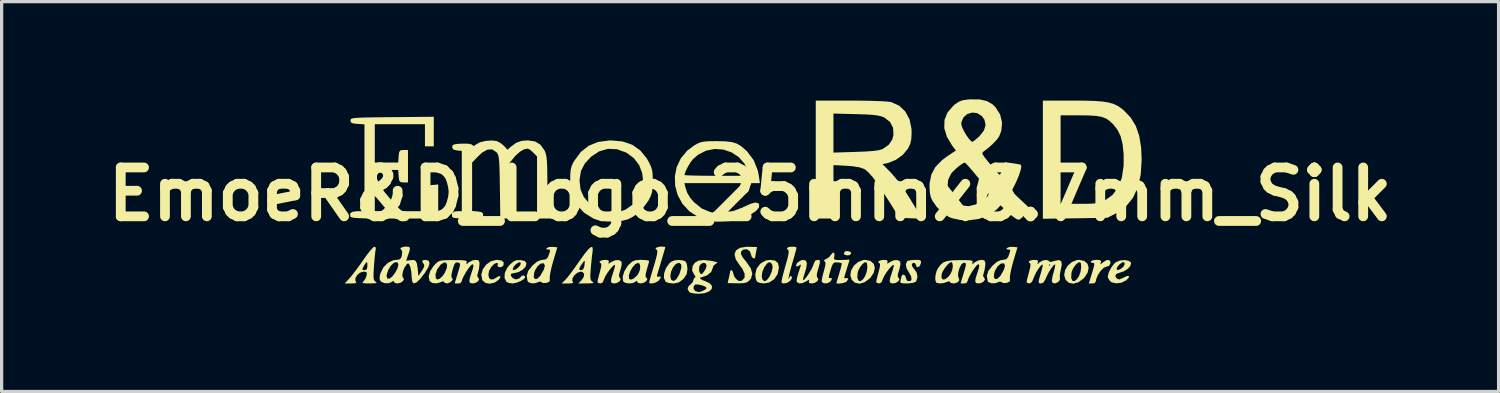
<source format=kicad_pcb>
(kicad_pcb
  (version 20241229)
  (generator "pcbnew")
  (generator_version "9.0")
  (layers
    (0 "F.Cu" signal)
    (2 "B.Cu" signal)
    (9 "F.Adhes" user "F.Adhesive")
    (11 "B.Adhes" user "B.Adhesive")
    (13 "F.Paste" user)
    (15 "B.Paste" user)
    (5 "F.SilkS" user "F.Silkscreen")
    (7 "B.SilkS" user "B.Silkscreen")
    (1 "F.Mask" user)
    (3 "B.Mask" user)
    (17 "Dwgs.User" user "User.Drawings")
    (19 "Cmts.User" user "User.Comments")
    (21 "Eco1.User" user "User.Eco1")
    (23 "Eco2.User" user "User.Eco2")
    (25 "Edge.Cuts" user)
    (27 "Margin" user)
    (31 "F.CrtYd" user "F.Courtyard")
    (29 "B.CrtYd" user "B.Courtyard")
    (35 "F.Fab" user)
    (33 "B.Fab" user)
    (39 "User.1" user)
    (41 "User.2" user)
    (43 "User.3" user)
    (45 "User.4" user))
  (footprint "EmoeR&D_Logo_25mmx6.7mm_Silk"
    (layer "F.Cu")
    (at 19.979 2.913)
    (property "Reference" "EmoeR&D_Logo_25mmx6.7mm_Silk" (at 0 0 0) (layer "F.SilkS") (effects (font (size 1.5 1.5) (thickness 0.3))))
    (attr board_only exclude_from_pos_files exclude_from_bom)
    (fp_poly (pts (xy 3.079 1.767) (xy 3.101 1.811) (xy 3.062 1.866) (xy 2.988 1.879) (xy 2.897 1.855) (xy 2.875 1.811) (xy 2.914 1.756) (xy 2.988 1.743)) (stroke (width 0) (type solid)) (fill yes) (layer "F.SilkS"))
    (fp_poly (pts (xy -2.642 1.612) (xy -2.603 1.622) (xy -2.615 1.668) (xy -2.647 1.777) (xy -2.691 1.929) (xy -2.742 2.101) (xy -2.792 2.269) (xy -2.836 2.413) (xy -2.856 2.479) (xy -2.858 2.535) (xy -2.81 2.53) (xy -2.75 2.526) (xy -2.748 2.571) (xy -2.803 2.646) (xy -2.822 2.664) (xy -2.903 2.712) (xy -2.999 2.738) (xy -3.077 2.737) (xy -3.101 2.712) (xy -3.089 2.66) (xy -3.055 2.541) (xy -3.006 2.372) (xy -2.955 2.206) (xy -2.89 1.978) (xy -2.854 1.826) (xy -2.848 1.739) (xy -2.865 1.709) (xy -2.906 1.675) (xy -2.877 1.638) (xy -2.795 1.612) (xy -2.737 1.607)) (stroke (width 0) (type solid)) (fill yes) (layer "F.SilkS"))
    (fp_poly (pts (xy 10.743 2.023) (xy 10.775 2.054) (xy 10.767 2.094) (xy 10.751 2.147) (xy 10.776 2.138) (xy 10.828 2.094) (xy 10.937 2.025) (xy 11.021 2.019) (xy 11.062 2.073) (xy 11.062 2.117) (xy 11.02 2.2) (xy 10.942 2.22) (xy 10.855 2.259) (xy 10.759 2.355) (xy 10.675 2.481) (xy 10.624 2.608) (xy 10.618 2.66) (xy 10.582 2.725) (xy 10.508 2.739) (xy 10.399 2.739) (xy 10.485 2.456) (xy 10.537 2.283) (xy 10.563 2.179) (xy 10.563 2.126) (xy 10.539 2.108) (xy 10.501 2.105) (xy 10.455 2.083) (xy 10.459 2.06) (xy 10.519 2.029) (xy 10.629 2.015) (xy 10.641 2.015)) (stroke (width 0) (type solid)) (fill yes) (layer "F.SilkS"))
    (fp_poly (pts (xy -7.629 2.035) (xy -7.564 2.096) (xy -7.572 2.185) (xy -7.627 2.231) (xy -7.683 2.241) (xy -7.75 2.22) (xy -7.749 2.173) (xy -7.747 2.115) (xy -7.793 2.109) (xy -7.867 2.149) (xy -7.943 2.225) (xy -8.014 2.351) (xy -8.036 2.471) (xy -8.016 2.566) (xy -7.959 2.617) (xy -7.872 2.608) (xy -7.826 2.579) (xy -7.726 2.52) (xy -7.67 2.516) (xy -7.671 2.561) (xy -7.72 2.626) (xy -7.845 2.713) (xy -7.987 2.746) (xy -8.12 2.725) (xy -8.213 2.65) (xy -8.224 2.629) (xy -8.253 2.469) (xy -8.208 2.307) (xy -8.106 2.163) (xy -7.962 2.059) (xy -7.789 2.015) (xy -7.773 2.015)) (stroke (width 0) (type solid)) (fill yes) (layer "F.SilkS"))
    (fp_poly (pts (xy 3.693 2.048) (xy 3.793 2.135) (xy 3.828 2.262) (xy 3.795 2.411) (xy 3.691 2.566) (xy 3.672 2.585) (xy 3.515 2.701) (xy 3.358 2.746) (xy 3.218 2.717) (xy 3.121 2.628) (xy 3.101 2.565) (xy 3.291 2.565) (xy 3.326 2.655) (xy 3.391 2.67) (xy 3.473 2.604) (xy 3.533 2.51) (xy 3.579 2.381) (xy 3.599 2.242) (xy 3.589 2.129) (xy 3.569 2.09) (xy 3.516 2.09) (xy 3.443 2.15) (xy 3.37 2.246) (xy 3.315 2.356) (xy 3.301 2.407) (xy 3.291 2.565) (xy 3.101 2.565) (xy 3.077 2.486) (xy 3.103 2.334) (xy 3.187 2.192) (xy 3.314 2.081) (xy 3.471 2.02) (xy 3.534 2.015)) (stroke (width 0) (type solid)) (fill yes) (layer "F.SilkS"))
    (fp_poly (pts (xy 10.259 2.048) (xy 10.358 2.135) (xy 10.393 2.262) (xy 10.36 2.411) (xy 10.256 2.566) (xy 10.237 2.585) (xy 10.08 2.701) (xy 9.923 2.746) (xy 9.783 2.717) (xy 9.686 2.628) (xy 9.666 2.565) (xy 9.856 2.565) (xy 9.891 2.655) (xy 9.956 2.67) (xy 10.038 2.604) (xy 10.098 2.51) (xy 10.144 2.381) (xy 10.164 2.242) (xy 10.154 2.129) (xy 10.134 2.09) (xy 10.081 2.09) (xy 10.008 2.15) (xy 9.935 2.246) (xy 9.88 2.356) (xy 9.866 2.407) (xy 9.856 2.565) (xy 9.666 2.565) (xy 9.642 2.486) (xy 9.668 2.334) (xy 9.752 2.192) (xy 9.879 2.081) (xy 10.036 2.02) (xy 10.099 2.015)) (stroke (width 0) (type solid)) (fill yes) (layer "F.SilkS"))
    (fp_poly (pts (xy 1.373 1.613) (xy 1.424 1.634) (xy 1.425 1.641) (xy 1.413 1.696) (xy 1.38 1.818) (xy 1.332 1.988) (xy 1.292 2.126) (xy 1.239 2.315) (xy 1.2 2.469) (xy 1.18 2.569) (xy 1.179 2.598) (xy 1.198 2.584) (xy 1.2 2.566) (xy 1.23 2.516) (xy 1.245 2.513) (xy 1.288 2.54) (xy 1.268 2.608) (xy 1.219 2.668) (xy 1.125 2.725) (xy 1.021 2.739) (xy 0.964 2.715) (xy 0.967 2.664) (xy 0.991 2.546) (xy 1.034 2.378) (xy 1.081 2.209) (xy 1.144 1.984) (xy 1.178 1.832) (xy 1.185 1.745) (xy 1.167 1.71) (xy 1.166 1.709) (xy 1.129 1.668) (xy 1.134 1.649) (xy 1.188 1.621) (xy 1.281 1.609)) (stroke (width 0) (type solid)) (fill yes) (layer "F.SilkS"))
    (fp_poly (pts (xy -2.054 2.033) (xy -1.979 2.069) (xy -1.943 2.147) (xy -1.925 2.271) (xy -1.924 2.299) (xy -1.947 2.451) (xy -2.029 2.578) (xy -2.057 2.607) (xy -2.184 2.704) (xy -2.326 2.738) (xy -2.364 2.739) (xy -2.492 2.726) (xy -2.584 2.693) (xy -2.594 2.685) (xy -2.646 2.574) (xy -2.644 2.514) (xy -2.451 2.514) (xy -2.426 2.62) (xy -2.418 2.631) (xy -2.348 2.664) (xy -2.269 2.613) (xy -2.188 2.484) (xy -2.166 2.435) (xy -2.112 2.263) (xy -2.116 2.153) (xy -2.178 2.106) (xy -2.195 2.105) (xy -2.287 2.146) (xy -2.369 2.247) (xy -2.428 2.379) (xy -2.451 2.514) (xy -2.644 2.514) (xy -2.64 2.427) (xy -2.583 2.268) (xy -2.481 2.124) (xy -2.424 2.073) (xy -2.322 2.031) (xy -2.185 2.018)) (stroke (width 0) (type solid)) (fill yes) (layer "F.SilkS"))
    (fp_poly (pts (xy 0.764 2.037) (xy 0.853 2.109) (xy 0.883 2.241) (xy 0.883 2.253) (xy 0.844 2.453) (xy 0.738 2.61) (xy 0.581 2.711) (xy 0.428 2.738) (xy 0.305 2.724) (xy 0.218 2.689) (xy 0.213 2.685) (xy 0.177 2.606) (xy 0.165 2.522) (xy 0.356 2.522) (xy 0.381 2.621) (xy 0.385 2.626) (xy 0.436 2.671) (xy 0.49 2.652) (xy 0.528 2.62) (xy 0.596 2.526) (xy 0.656 2.394) (xy 0.664 2.371) (xy 0.692 2.242) (xy 0.678 2.161) (xy 0.657 2.128) (xy 0.605 2.083) (xy 0.551 2.102) (xy 0.514 2.134) (xy 0.431 2.245) (xy 0.375 2.385) (xy 0.356 2.522) (xy 0.165 2.522) (xy 0.159 2.483) (xy 0.158 2.462) (xy 0.2 2.282) (xy 0.31 2.134) (xy 0.468 2.039) (xy 0.606 2.015)) (stroke (width 0) (type solid)) (fill yes) (layer "F.SilkS"))
    (fp_poly (pts (xy 11.607 2.04) (xy 11.684 2.087) (xy 11.695 2.113) (xy 11.671 2.205) (xy 11.583 2.299) (xy 11.454 2.375) (xy 11.356 2.404) (xy 11.242 2.447) (xy 11.208 2.513) (xy 11.261 2.593) (xy 11.265 2.596) (xy 11.333 2.616) (xy 11.436 2.576) (xy 11.467 2.558) (xy 11.579 2.507) (xy 11.633 2.515) (xy 11.618 2.569) (xy 11.54 2.645) (xy 11.398 2.716) (xy 11.24 2.736) (xy 11.102 2.704) (xy 11.051 2.668) (xy 10.993 2.581) (xy 10.979 2.528) (xy 11.01 2.399) (xy 11.068 2.286) (xy 11.251 2.286) (xy 11.268 2.328) (xy 11.332 2.314) (xy 11.385 2.288) (xy 11.465 2.22) (xy 11.501 2.141) (xy 11.478 2.083) (xy 11.477 2.083) (xy 11.421 2.093) (xy 11.344 2.15) (xy 11.277 2.225) (xy 11.251 2.286) (xy 11.068 2.286) (xy 11.086 2.251) (xy 11.183 2.126) (xy 11.235 2.083) (xy 11.352 2.035) (xy 11.487 2.022)) (stroke (width 0) (type solid)) (fill yes) (layer "F.SilkS"))
    (fp_poly (pts (xy -7.053 2.023) (xy -6.935 2.044) (xy -6.88 2.091) (xy -6.868 2.138) (xy -6.896 2.229) (xy -6.985 2.319) (xy -7.11 2.39) (xy -7.244 2.422) (xy -7.256 2.422) (xy -7.341 2.442) (xy -7.346 2.501) (xy -7.286 2.577) (xy -7.193 2.616) (xy -7.088 2.585) (xy -7.017 2.512) (xy -6.965 2.489) (xy -6.913 2.521) (xy -6.905 2.551) (xy -6.943 2.603) (xy -7.039 2.662) (xy -7.16 2.712) (xy -7.276 2.738) (xy -7.299 2.739) (xy -7.413 2.721) (xy -7.484 2.685) (xy -7.54 2.57) (xy -7.532 2.422) (xy -7.48 2.305) (xy -7.29 2.305) (xy -7.261 2.332) (xy -7.187 2.304) (xy -7.123 2.257) (xy -7.055 2.174) (xy -7.039 2.11) (xy -7.075 2.086) (xy -7.13 2.105) (xy -7.21 2.166) (xy -7.268 2.241) (xy -7.29 2.305) (xy -7.48 2.305) (xy -7.462 2.266) (xy -7.382 2.166) (xy -7.27 2.068) (xy -7.175 2.026) (xy -7.056 2.023)) (stroke (width 0) (type solid)) (fill yes) (layer "F.SilkS"))
    (fp_poly (pts (xy 5.202 2.02) (xy 5.245 2.048) (xy 5.243 2.116) (xy 5.24 2.128) (xy 5.203 2.208) (xy 5.147 2.241) (xy 5.103 2.218) (xy 5.094 2.173) (xy 5.057 2.113) (xy 5.026 2.105) (xy 4.967 2.134) (xy 4.969 2.203) (xy 5.032 2.293) (xy 5.048 2.309) (xy 5.118 2.419) (xy 5.136 2.552) (xy 5.1 2.666) (xy 5.085 2.685) (xy 5.01 2.717) (xy 4.881 2.736) (xy 4.808 2.739) (xy 4.676 2.734) (xy 4.616 2.716) (xy 4.61 2.676) (xy 4.613 2.668) (xy 4.638 2.566) (xy 4.641 2.532) (xy 4.677 2.475) (xy 4.709 2.468) (xy 4.765 2.505) (xy 4.777 2.553) (xy 4.806 2.637) (xy 4.84 2.663) (xy 4.922 2.668) (xy 4.956 2.612) (xy 4.941 2.516) (xy 4.874 2.398) (xy 4.867 2.389) (xy 4.797 2.262) (xy 4.781 2.144) (xy 4.819 2.059) (xy 4.848 2.042) (xy 4.94 2.024) (xy 5.071 2.015) (xy 5.091 2.015)) (stroke (width 0) (type solid)) (fill yes) (layer "F.SilkS"))
    (fp_poly (pts (xy -4.357 2.025) (xy -4.335 2.064) (xy -4.341 2.085) (xy -4.352 2.13) (xy -4.319 2.119) (xy -4.268 2.085) (xy -4.144 2.027) (xy -4.03 2.021) (xy -3.954 2.065) (xy -3.946 2.082) (xy -3.944 2.164) (xy -3.971 2.289) (xy -3.987 2.339) (xy -4.025 2.468) (xy -4.022 2.538) (xy -3.999 2.563) (xy -3.973 2.615) (xy -4.011 2.676) (xy -4.091 2.724) (xy -4.171 2.739) (xy -4.244 2.726) (xy -4.273 2.677) (xy -4.26 2.576) (xy -4.211 2.422) (xy -4.17 2.294) (xy -4.147 2.199) (xy -4.145 2.179) (xy -4.168 2.169) (xy -4.224 2.216) (xy -4.299 2.302) (xy -4.377 2.407) (xy -4.443 2.513) (xy -4.481 2.599) (xy -4.483 2.608) (xy -4.532 2.713) (xy -4.599 2.739) (xy -4.671 2.718) (xy -4.686 2.69) (xy -4.674 2.622) (xy -4.643 2.498) (xy -4.612 2.386) (xy -4.573 2.227) (xy -4.569 2.14) (xy -4.59 2.115) (xy -4.629 2.082) (xy -4.597 2.046) (xy -4.515 2.02) (xy -4.452 2.015)) (stroke (width 0) (type solid)) (fill yes) (layer "F.SilkS"))
    (fp_poly (pts (xy -3.208 2.021) (xy -3.121 2.035) (xy -3.102 2.049) (xy -3.114 2.108) (xy -3.146 2.224) (xy -3.17 2.306) (xy -3.207 2.45) (xy -3.209 2.53) (xy -3.184 2.563) (xy -3.154 2.608) (xy -3.189 2.668) (xy -3.264 2.718) (xy -3.359 2.738) (xy -3.437 2.724) (xy -3.464 2.685) (xy -3.477 2.653) (xy -3.518 2.685) (xy -3.605 2.727) (xy -3.723 2.739) (xy -3.834 2.72) (xy -3.899 2.674) (xy -3.901 2.67) (xy -3.912 2.53) (xy -3.902 2.498) (xy -3.724 2.498) (xy -3.717 2.596) (xy -3.714 2.601) (xy -3.656 2.623) (xy -3.568 2.584) (xy -3.474 2.496) (xy -3.443 2.457) (xy -3.392 2.348) (xy -3.374 2.233) (xy -3.389 2.142) (xy -3.438 2.105) (xy -3.438 2.105) (xy -3.524 2.145) (xy -3.611 2.243) (xy -3.684 2.371) (xy -3.724 2.498) (xy -3.902 2.498) (xy -3.862 2.365) (xy -3.762 2.204) (xy -3.726 2.163) (xy -3.627 2.073) (xy -3.532 2.029) (xy -3.4 2.015) (xy -3.342 2.015)) (stroke (width 0) (type solid)) (fill yes) (layer "F.SilkS"))
    (fp_poly (pts (xy -0.047 1.613) (xy 0.212 1.622) (xy 0.185 1.756) (xy 0.166 1.865) (xy 0.158 1.93) (xy 0.135 1.973) (xy 0.087 1.961) (xy 0.044 1.908) (xy 0.034 1.869) (xy -0.007 1.753) (xy -0.094 1.69) (xy -0.2 1.696) (xy -0.21 1.701) (xy -0.276 1.757) (xy -0.283 1.833) (xy -0.227 1.94) (xy -0.113 2.083) (xy 0.02 2.274) (xy 0.067 2.44) (xy 0.028 2.585) (xy -0.023 2.649) (xy -0.095 2.702) (xy -0.193 2.728) (xy -0.345 2.735) (xy -0.402 2.734) (xy -0.69 2.728) (xy -0.652 2.564) (xy -0.626 2.447) (xy -0.613 2.372) (xy -0.612 2.366) (xy -0.591 2.327) (xy -0.551 2.346) (xy -0.522 2.403) (xy -0.521 2.422) (xy -0.49 2.521) (xy -0.429 2.604) (xy -0.345 2.666) (xy -0.266 2.657) (xy -0.248 2.648) (xy -0.171 2.564) (xy -0.169 2.44) (xy -0.239 2.287) (xy -0.317 2.184) (xy -0.44 2.001) (xy -0.479 1.846) (xy -0.436 1.726) (xy -0.314 1.646) (xy -0.117 1.613)) (stroke (width 0) (type solid)) (fill yes) (layer "F.SilkS"))
    (fp_poly (pts (xy 4.2 2.025) (xy 4.222 2.064) (xy 4.216 2.085) (xy 4.205 2.13) (xy 4.238 2.119) (xy 4.289 2.085) (xy 4.413 2.027) (xy 4.527 2.021) (xy 4.603 2.065) (xy 4.612 2.082) (xy 4.613 2.164) (xy 4.586 2.289) (xy 4.57 2.339) (xy 4.533 2.468) (xy 4.535 2.538) (xy 4.558 2.563) (xy 4.584 2.615) (xy 4.546 2.676) (xy 4.466 2.724) (xy 4.386 2.739) (xy 4.313 2.726) (xy 4.284 2.677) (xy 4.298 2.576) (xy 4.347 2.422) (xy 4.388 2.294) (xy 4.411 2.199) (xy 4.413 2.179) (xy 4.389 2.169) (xy 4.333 2.216) (xy 4.258 2.302) (xy 4.18 2.407) (xy 4.115 2.513) (xy 4.076 2.599) (xy 4.074 2.608) (xy 4.025 2.713) (xy 3.958 2.739) (xy 3.887 2.718) (xy 3.871 2.69) (xy 3.883 2.622) (xy 3.914 2.498) (xy 3.945 2.386) (xy 3.984 2.227) (xy 3.988 2.14) (xy 3.967 2.115) (xy 3.929 2.082) (xy 3.96 2.046) (xy 4.042 2.02) (xy 4.105 2.015)) (stroke (width 0) (type solid)) (fill yes) (layer "F.SilkS"))
    (fp_poly (pts (xy -5.919 1.63) (xy -6.047 2.06) (xy -6.1 2.255) (xy -6.137 2.426) (xy -6.153 2.55) (xy -6.151 2.59) (xy -6.151 2.669) (xy -6.215 2.711) (xy -6.249 2.721) (xy -6.353 2.728) (xy -6.401 2.702) (xy -6.46 2.679) (xy -6.498 2.696) (xy -6.608 2.734) (xy -6.726 2.732) (xy -6.813 2.694) (xy -6.832 2.668) (xy -6.854 2.54) (xy -6.644 2.54) (xy -6.607 2.605) (xy -6.536 2.597) (xy -6.446 2.509) (xy -6.433 2.49) (xy -6.334 2.314) (xy -6.3 2.191) (xy -6.333 2.125) (xy -6.343 2.12) (xy -6.431 2.13) (xy -6.524 2.208) (xy -6.602 2.334) (xy -6.629 2.409) (xy -6.644 2.54) (xy -6.854 2.54) (xy -6.86 2.505) (xy -6.812 2.351) (xy -6.684 2.191) (xy -6.542 2.07) (xy -6.419 2.019) (xy -6.371 2.015) (xy -6.268 1.998) (xy -6.208 1.93) (xy -6.185 1.872) (xy -6.147 1.761) (xy -6.142 1.711) (xy -6.173 1.698) (xy -6.212 1.698) (xy -6.261 1.684) (xy -6.24 1.649) (xy -6.164 1.619) (xy -6.055 1.615)) (stroke (width 0) (type solid)) (fill yes) (layer "F.SilkS"))
    (fp_poly (pts (xy 2.12 2.02) (xy 2.144 2.05) (xy 2.137 2.121) (xy 2.101 2.254) (xy 2.084 2.311) (xy 2.048 2.456) (xy 2.049 2.537) (xy 2.07 2.564) (xy 2.095 2.615) (xy 2.056 2.676) (xy 1.975 2.724) (xy 1.891 2.739) (xy 1.811 2.724) (xy 1.804 2.673) (xy 1.806 2.669) (xy 1.817 2.624) (xy 1.784 2.635) (xy 1.732 2.669) (xy 1.612 2.728) (xy 1.505 2.737) (xy 1.438 2.697) (xy 1.426 2.654) (xy 1.441 2.56) (xy 1.478 2.426) (xy 1.494 2.377) (xy 1.541 2.238) (xy 1.558 2.17) (xy 1.543 2.16) (xy 1.501 2.19) (xy 1.434 2.222) (xy 1.408 2.191) (xy 1.436 2.122) (xy 1.456 2.098) (xy 1.557 2.032) (xy 1.637 2.015) (xy 1.716 2.042) (xy 1.743 2.129) (xy 1.72 2.28) (xy 1.675 2.424) (xy 1.638 2.543) (xy 1.623 2.623) (xy 1.626 2.637) (xy 1.664 2.62) (xy 1.728 2.545) (xy 1.803 2.435) (xy 1.876 2.313) (xy 1.93 2.202) (xy 1.947 2.148) (xy 1.996 2.042) (xy 2.064 2.015)) (stroke (width 0) (type solid)) (fill yes) (layer "F.SilkS"))
    (fp_poly (pts (xy 8.208 1.63) (xy 8.079 2.06) (xy 8.027 2.255) (xy 7.99 2.426) (xy 7.974 2.55) (xy 7.976 2.59) (xy 7.976 2.669) (xy 7.911 2.711) (xy 7.878 2.721) (xy 7.773 2.728) (xy 7.725 2.702) (xy 7.666 2.679) (xy 7.628 2.696) (xy 7.518 2.734) (xy 7.401 2.732) (xy 7.313 2.694) (xy 7.294 2.668) (xy 7.272 2.54) (xy 7.482 2.54) (xy 7.519 2.605) (xy 7.59 2.597) (xy 7.68 2.509) (xy 7.693 2.49) (xy 7.792 2.314) (xy 7.826 2.191) (xy 7.793 2.125) (xy 7.783 2.12) (xy 7.695 2.13) (xy 7.603 2.208) (xy 7.525 2.334) (xy 7.497 2.409) (xy 7.482 2.54) (xy 7.272 2.54) (xy 7.266 2.505) (xy 7.315 2.351) (xy 7.443 2.191) (xy 7.584 2.07) (xy 7.707 2.019) (xy 7.755 2.015) (xy 7.858 1.998) (xy 7.918 1.93) (xy 7.942 1.872) (xy 7.979 1.761) (xy 7.984 1.711) (xy 7.953 1.698) (xy 7.914 1.698) (xy 7.865 1.684) (xy 7.886 1.649) (xy 7.963 1.619) (xy 8.071 1.615)) (stroke (width 0) (type solid)) (fill yes) (layer "F.SilkS"))
    (fp_poly (pts (xy -4.842 1.626) (xy -4.831 1.704) (xy -4.839 1.777) (xy -4.856 1.908) (xy -4.875 2.091) (xy -4.893 2.286) (xy -4.893 2.293) (xy -4.906 2.471) (xy -4.904 2.581) (xy -4.886 2.644) (xy -4.848 2.682) (xy -4.838 2.688) (xy -4.807 2.715) (xy -4.84 2.731) (xy -4.949 2.737) (xy -5.014 2.738) (xy -5.275 2.739) (xy -5.184 2.649) (xy -5.108 2.54) (xy -5.096 2.446) (xy -5.147 2.387) (xy -5.204 2.377) (xy -5.301 2.408) (xy -5.39 2.482) (xy -5.45 2.574) (xy -5.461 2.658) (xy -5.445 2.687) (xy -5.433 2.72) (xy -5.492 2.736) (xy -5.589 2.739) (xy -5.785 2.739) (xy -5.67 2.624) (xy -5.598 2.541) (xy -5.491 2.402) (xy -5.413 2.296) (xy -5.249 2.296) (xy -5.223 2.328) (xy -5.191 2.332) (xy -5.127 2.308) (xy -5.092 2.223) (xy -5.084 2.169) (xy -5.076 2.067) (xy -5.087 2.043) (xy -5.125 2.085) (xy -5.128 2.089) (xy -5.218 2.22) (xy -5.249 2.296) (xy -5.413 2.296) (xy -5.364 2.228) (xy -5.245 2.058) (xy -5.085 1.835) (xy -4.966 1.689) (xy -4.886 1.62)) (stroke (width 0) (type solid)) (fill yes) (layer "F.SilkS"))
    (fp_poly (pts (xy 10.286 -2.873) (xy 10.588 -2.863) (xy 10.826 -2.845) (xy 11.014 -2.814) (xy 11.165 -2.769) (xy 11.293 -2.707) (xy 11.411 -2.626) (xy 11.469 -2.578) (xy 11.682 -2.355) (xy 11.84 -2.097) (xy 11.946 -1.79) (xy 12.005 -1.423) (xy 12.02 -1.054) (xy 11.991 -0.599) (xy 11.902 -0.211) (xy 11.752 0.112) (xy 11.541 0.371) (xy 11.267 0.568) (xy 11.231 0.588) (xy 10.964 0.724) (xy 9.976 0.739) (xy 8.987 0.753) (xy 8.987 -1.061) (xy 8.987 -1.064) (xy 9.531 -1.064) (xy 9.531 0.294) (xy 10.11 0.294) (xy 10.358 0.293) (xy 10.537 0.286) (xy 10.667 0.271) (xy 10.768 0.245) (xy 10.861 0.206) (xy 10.888 0.192) (xy 11.124 0.024) (xy 11.299 -0.211) (xy 11.413 -0.512) (xy 11.467 -0.879) (xy 11.467 -1.222) (xy 11.435 -1.536) (xy 11.374 -1.782) (xy 11.275 -1.983) (xy 11.147 -2.145) (xy 11.036 -2.25) (xy 10.923 -2.326) (xy 10.789 -2.376) (xy 10.618 -2.405) (xy 10.39 -2.419) (xy 10.121 -2.422) (xy 9.531 -2.422) (xy 9.531 -1.064) (xy 8.987 -1.064) (xy 8.987 -2.875) (xy 9.907 -2.875)) (stroke (width 0) (type solid)) (fill yes) (layer "F.SilkS"))
    (fp_poly (pts (xy -11.491 1.641) (xy -11.494 1.687) (xy -11.507 1.765) (xy -11.523 1.909) (xy -11.539 2.094) (xy -11.548 2.202) (xy -11.56 2.406) (xy -11.562 2.538) (xy -11.552 2.618) (xy -11.527 2.663) (xy -11.494 2.688) (xy -11.463 2.715) (xy -11.497 2.73) (xy -11.605 2.737) (xy -11.679 2.738) (xy -11.824 2.736) (xy -11.893 2.725) (xy -11.897 2.702) (xy -11.876 2.683) (xy -11.813 2.597) (xy -11.776 2.502) (xy -11.765 2.412) (xy -11.807 2.381) (xy -11.874 2.377) (xy -11.979 2.408) (xy -12.067 2.484) (xy -12.119 2.578) (xy -12.117 2.664) (xy -12.101 2.687) (xy -12.089 2.72) (xy -12.146 2.736) (xy -12.247 2.739) (xy -12.446 2.739) (xy -12.308 2.592) (xy -12.224 2.493) (xy -12.108 2.341) (xy -12.088 2.314) (xy -11.908 2.314) (xy -11.853 2.332) (xy -11.841 2.332) (xy -11.776 2.313) (xy -11.752 2.241) (xy -11.75 2.185) (xy -11.755 2.1) (xy -11.776 2.084) (xy -11.821 2.14) (xy -11.888 2.252) (xy -11.908 2.314) (xy -12.088 2.314) (xy -11.976 2.161) (xy -11.882 2.026) (xy -11.762 1.858) (xy -11.655 1.722) (xy -11.573 1.634) (xy -11.533 1.607)) (stroke (width 0) (type solid)) (fill yes) (layer "F.SilkS"))
    (fp_poly (pts (xy 2.591 1.868) (xy 2.585 1.902) (xy 2.574 1.968) (xy 2.593 2.005) (xy 2.661 2.02) (xy 2.793 2.02) (xy 2.885 2.016) (xy 3.054 2.008) (xy 2.994 2.204) (xy 2.95 2.349) (xy 2.911 2.474) (xy 2.902 2.501) (xy 2.889 2.573) (xy 2.925 2.581) (xy 2.94 2.576) (xy 3 2.574) (xy 3.002 2.622) (xy 2.957 2.685) (xy 2.895 2.714) (xy 2.799 2.736) (xy 2.706 2.744) (xy 2.652 2.734) (xy 2.649 2.728) (xy 2.661 2.682) (xy 2.693 2.574) (xy 2.738 2.425) (xy 2.738 2.425) (xy 2.781 2.276) (xy 2.807 2.165) (xy 2.811 2.117) (xy 2.811 2.117) (xy 2.76 2.103) (xy 2.669 2.092) (xy 2.596 2.094) (xy 2.548 2.128) (xy 2.507 2.212) (xy 2.466 2.339) (xy 2.426 2.483) (xy 2.416 2.557) (xy 2.436 2.576) (xy 2.451 2.572) (xy 2.505 2.574) (xy 2.503 2.624) (xy 2.459 2.685) (xy 2.374 2.731) (xy 2.279 2.737) (xy 2.21 2.704) (xy 2.196 2.667) (xy 2.208 2.585) (xy 2.239 2.451) (xy 2.269 2.344) (xy 2.307 2.193) (xy 2.314 2.106) (xy 2.289 2.062) (xy 2.285 2.059) (xy 2.266 2.024) (xy 2.326 1.994) (xy 2.426 1.931) (xy 2.469 1.876) (xy 2.531 1.799) (xy 2.579 1.798)) (stroke (width 0) (type solid)) (fill yes) (layer "F.SilkS"))
    (fp_poly (pts (xy -3.915 -1.62) (xy -3.621 -1.52) (xy -3.376 -1.348) (xy -3.174 -1.1) (xy -3.122 -1.011) (xy -3.052 -0.872) (xy -3.011 -0.748) (xy -2.993 -0.605) (xy -2.988 -0.407) (xy -2.993 -0.209) (xy -3.011 -0.066) (xy -3.052 0.058) (xy -3.122 0.196) (xy -3.319 0.466) (xy -3.573 0.676) (xy -3.752 0.77) (xy -3.931 0.816) (xy -4.16 0.836) (xy -4.407 0.832) (xy -4.634 0.803) (xy -4.799 0.753) (xy -5.093 0.571) (xy -5.328 0.321) (xy -5.4 0.21) (xy -5.461 0.097) (xy -5.498 -0.009) (xy -5.517 -0.136) (xy -5.523 -0.313) (xy -5.524 -0.407) (xy -5.236 -0.407) (xy -5.205 -0.143) (xy -5.106 0.084) (xy -4.929 0.294) (xy -4.88 0.339) (xy -4.632 0.503) (xy -4.367 0.58) (xy -4.09 0.567) (xy -3.826 0.473) (xy -3.593 0.31) (xy -3.425 0.101) (xy -3.322 -0.14) (xy -3.285 -0.397) (xy -3.314 -0.654) (xy -3.409 -0.897) (xy -3.57 -1.109) (xy -3.797 -1.276) (xy -3.803 -1.279) (xy -4.085 -1.381) (xy -4.363 -1.394) (xy -4.63 -1.318) (xy -4.878 -1.155) (xy -4.881 -1.153) (xy -5.076 -0.943) (xy -5.191 -0.72) (xy -5.235 -0.464) (xy -5.236 -0.407) (xy -5.524 -0.407) (xy -5.521 -0.613) (xy -5.508 -0.757) (xy -5.479 -0.868) (xy -5.429 -0.975) (xy -5.4 -1.025) (xy -5.2 -1.295) (xy -4.96 -1.486) (xy -4.672 -1.604) (xy -4.331 -1.65) (xy -4.266 -1.652)) (stroke (width 0) (type solid)) (fill yes) (layer "F.SilkS"))
    (fp_poly (pts (xy -9.712 -1.925) (xy -9.712 -1.471) (xy -9.848 -1.471) (xy -9.983 -1.471) (xy -9.983 -1.811) (xy -9.983 -2.151) (xy -10.753 -2.151) (xy -11.523 -2.151) (xy -11.523 -1.562) (xy -11.523 -0.973) (xy -11.163 -0.973) (xy -10.804 -0.973) (xy -10.79 -1.166) (xy -10.776 -1.287) (xy -10.744 -1.342) (xy -10.676 -1.358) (xy -10.64 -1.358) (xy -10.504 -1.358) (xy -10.504 -0.86) (xy -10.504 -0.362) (xy -10.64 -0.362) (xy -10.726 -0.37) (xy -10.768 -0.409) (xy -10.786 -0.504) (xy -10.79 -0.555) (xy -10.804 -0.747) (xy -11.163 -0.747) (xy -11.523 -0.747) (xy -11.523 -0.113) (xy -11.523 0.521) (xy -10.71 0.521) (xy -9.896 0.521) (xy -9.883 0.125) (xy -9.87 -0.272) (xy -9.723 -0.286) (xy -9.576 -0.3) (xy -9.576 0.224) (xy -9.576 0.747) (xy -10.913 0.747) (xy -11.304 0.746) (xy -11.614 0.744) (xy -11.851 0.74) (xy -12.025 0.734) (xy -12.146 0.725) (xy -12.222 0.713) (xy -12.262 0.697) (xy -12.275 0.681) (xy -12.281 0.592) (xy -12.213 0.54) (xy -12.064 0.521) (xy -12.041 0.521) (xy -11.84 0.521) (xy -11.84 -0.812) (xy -11.84 -2.146) (xy -12.055 -2.159) (xy -12.187 -2.174) (xy -12.252 -2.203) (xy -12.27 -2.256) (xy -12.27 -2.264) (xy -12.267 -2.29) (xy -12.252 -2.311) (xy -12.214 -2.327) (xy -12.145 -2.339) (xy -12.033 -2.348) (xy -11.87 -2.354) (xy -11.646 -2.359) (xy -11.35 -2.363) (xy -10.991 -2.366) (xy -9.712 -2.378)) (stroke (width 0) (type solid)) (fill yes) (layer "F.SilkS"))
    (fp_poly (pts (xy -1.2 2.045) (xy -1.132 2.058) (xy -1.026 2.084) (xy -1.001 2.105) (xy -1.043 2.126) (xy -1.121 2.189) (xy -1.143 2.249) (xy -1.195 2.386) (xy -1.317 2.488) (xy -1.436 2.531) (xy -1.528 2.56) (xy -1.534 2.595) (xy -1.453 2.64) (xy -1.372 2.67) (xy -1.23 2.742) (xy -1.168 2.826) (xy -1.181 2.912) (xy -1.262 2.987) (xy -1.404 3.039) (xy -1.581 3.056) (xy -1.725 3.046) (xy -1.836 3.021) (xy -1.87 3.002) (xy -1.921 2.905) (xy -1.89 2.829) (xy -1.737 2.829) (xy -1.734 2.91) (xy -1.683 2.973) (xy -1.664 2.98) (xy -1.593 3) (xy -1.576 3.006) (xy -1.533 2.995) (xy -1.452 2.967) (xy -1.367 2.92) (xy -1.336 2.877) (xy -1.375 2.837) (xy -1.468 2.799) (xy -1.579 2.773) (xy -1.671 2.77) (xy -1.687 2.774) (xy -1.737 2.829) (xy -1.89 2.829) (xy -1.884 2.814) (xy -1.834 2.774) (xy -1.762 2.698) (xy -1.743 2.638) (xy -1.719 2.57) (xy -1.691 2.558) (xy -1.675 2.532) (xy -1.713 2.475) (xy -1.781 2.342) (xy -1.781 2.337) (xy -1.57 2.337) (xy -1.55 2.397) (xy -1.514 2.454) (xy -1.477 2.446) (xy -1.42 2.381) (xy -1.358 2.276) (xy -1.336 2.191) (xy -1.366 2.121) (xy -1.435 2.105) (xy -1.512 2.141) (xy -1.558 2.207) (xy -1.57 2.337) (xy -1.781 2.337) (xy -1.764 2.201) (xy -1.698 2.105) (xy -1.587 2.039) (xy -1.425 2.019)) (stroke (width 0) (type solid)) (fill yes) (layer "F.SilkS"))
    (fp_poly (pts (xy 8.817 2.024) (xy 8.84 2.062) (xy 8.832 2.091) (xy 8.816 2.142) (xy 8.842 2.131) (xy 8.887 2.091) (xy 8.984 2.035) (xy 9.088 2.016) (xy 9.162 2.039) (xy 9.176 2.06) (xy 9.227 2.08) (xy 9.338 2.051) (xy 9.472 2.019) (xy 9.548 2.051) (xy 9.569 2.152) (xy 9.539 2.313) (xy 9.512 2.444) (xy 9.506 2.54) (xy 9.511 2.563) (xy 9.51 2.632) (xy 9.451 2.7) (xy 9.362 2.738) (xy 9.344 2.739) (xy 9.284 2.72) (xy 9.263 2.656) (xy 9.28 2.532) (xy 9.325 2.366) (xy 9.357 2.243) (xy 9.366 2.165) (xy 9.359 2.151) (xy 9.31 2.188) (xy 9.239 2.281) (xy 9.163 2.405) (xy 9.098 2.535) (xy 9.075 2.593) (xy 9.009 2.708) (xy 8.938 2.739) (xy 8.882 2.734) (xy 8.858 2.704) (xy 8.865 2.633) (xy 8.901 2.5) (xy 8.919 2.441) (xy 8.958 2.305) (xy 8.981 2.203) (xy 8.985 2.173) (xy 9.168 2.173) (xy 9.191 2.196) (xy 9.214 2.173) (xy 9.191 2.151) (xy 9.168 2.173) (xy 8.985 2.173) (xy 8.965 2.158) (xy 8.916 2.202) (xy 8.851 2.288) (xy 8.784 2.396) (xy 8.73 2.505) (xy 8.71 2.559) (xy 8.654 2.689) (xy 8.586 2.738) (xy 8.573 2.739) (xy 8.503 2.717) (xy 8.489 2.69) (xy 8.501 2.622) (xy 8.532 2.498) (xy 8.563 2.386) (xy 8.602 2.227) (xy 8.606 2.14) (xy 8.586 2.115) (xy 8.547 2.082) (xy 8.578 2.046) (xy 8.66 2.02) (xy 8.723 2.015)) (stroke (width 0) (type solid)) (fill yes) (layer "F.SilkS"))
    (fp_poly (pts (xy 3.09 -2.875) (xy 3.41 -2.873) (xy 3.706 -2.867) (xy 3.962 -2.859) (xy 4.164 -2.848) (xy 4.298 -2.835) (xy 4.334 -2.828) (xy 4.578 -2.717) (xy 4.766 -2.538) (xy 4.893 -2.3) (xy 4.953 -2.01) (xy 4.958 -1.896) (xy 4.949 -1.699) (xy 4.917 -1.551) (xy 4.852 -1.412) (xy 4.843 -1.397) (xy 4.69 -1.212) (xy 4.479 -1.059) (xy 4.244 -0.962) (xy 4.205 -0.953) (xy 4.064 -0.924) (xy 4.318 -0.666) (xy 4.448 -0.518) (xy 4.601 -0.32) (xy 4.756 -0.101) (xy 4.864 0.068) (xy 4.983 0.262) (xy 5.09 0.436) (xy 5.174 0.571) (xy 5.221 0.647) (xy 5.288 0.751) (xy 4.934 0.738) (xy 4.581 0.724) (xy 4.283 0.247) (xy 4.074 -0.08) (xy 3.902 -0.335) (xy 3.76 -0.526) (xy 3.642 -0.661) (xy 3.541 -0.749) (xy 3.493 -0.779) (xy 3.356 -0.825) (xy 3.15 -0.858) (xy 2.954 -0.874) (xy 2.558 -0.894) (xy 2.558 -0.073) (xy 2.558 0.747) (xy 2.286 0.747) (xy 2.015 0.747) (xy 2.015 -1.064) (xy 2.015 -1.878) (xy 2.558 -1.878) (xy 2.558 -1.278) (xy 3.249 -1.3) (xy 3.556 -1.312) (xy 3.784 -1.329) (xy 3.946 -1.351) (xy 4.052 -1.381) (xy 4.075 -1.392) (xy 4.259 -1.522) (xy 4.367 -1.686) (xy 4.401 -1.823) (xy 4.389 -2.038) (xy 4.296 -2.217) (xy 4.127 -2.35) (xy 4.111 -2.358) (xy 4.022 -2.393) (xy 3.909 -2.418) (xy 3.756 -2.437) (xy 3.546 -2.45) (xy 3.262 -2.459) (xy 3.249 -2.459) (xy 2.558 -2.477) (xy 2.558 -1.878) (xy 2.015 -1.878) (xy 2.015 -2.875)) (stroke (width 0) (type solid)) (fill yes) (layer "F.SilkS"))
    (fp_poly (pts (xy -0.756 -1.624) (xy -0.56 -1.601) (xy -0.406 -1.553) (xy -0.269 -1.471) (xy -0.127 -1.346) (xy -0.086 -1.305) (xy 0.109 -1.047) (xy 0.234 -0.734) (xy 0.269 -0.555) (xy 0.3 -0.34) (xy -0.858 -0.34) (xy -2.017 -0.34) (xy -1.987 -0.215) (xy -1.929 -0.04) (xy -1.837 0.113) (xy -1.726 0.242) (xy -1.485 0.438) (xy -1.208 0.552) (xy -0.902 0.585) (xy -0.571 0.536) (xy -0.222 0.403) (xy -0.186 0.385) (xy 0.015 0.293) (xy 0.154 0.255) (xy 0.241 0.27) (xy 0.279 0.321) (xy 0.269 0.412) (xy 0.181 0.513) (xy 0.026 0.617) (xy -0.184 0.713) (xy -0.221 0.727) (xy -0.427 0.791) (xy -0.63 0.826) (xy -0.872 0.837) (xy -0.923 0.838) (xy -1.13 0.834) (xy -1.281 0.818) (xy -1.41 0.784) (xy -1.55 0.723) (xy -1.598 0.699) (xy -1.872 0.518) (xy -2.081 0.289) (xy -2.224 0.026) (xy -2.301 -0.258) (xy -2.311 -0.55) (xy -2.303 -0.59) (xy -2.015 -0.59) (xy -1.972 -0.583) (xy -1.851 -0.577) (xy -1.665 -0.572) (xy -1.428 -0.568) (xy -1.152 -0.566) (xy -1.016 -0.566) (xy -0.017 -0.566) (xy -0.047 -0.668) (xy -0.168 -0.931) (xy -0.347 -1.138) (xy -0.57 -1.286) (xy -0.822 -1.371) (xy -1.087 -1.39) (xy -1.351 -1.338) (xy -1.598 -1.213) (xy -1.752 -1.079) (xy -1.832 -0.976) (xy -1.914 -0.84) (xy -1.98 -0.706) (xy -2.014 -0.604) (xy -2.015 -0.59) (xy -2.303 -0.59) (xy -2.254 -0.836) (xy -2.127 -1.103) (xy -1.932 -1.338) (xy -1.711 -1.503) (xy -1.605 -1.56) (xy -1.51 -1.598) (xy -1.4 -1.618) (xy -1.25 -1.628) (xy -1.036 -1.63) (xy -1.019 -1.63)) (stroke (width 0) (type solid)) (fill yes) (layer "F.SilkS"))
    (fp_poly (pts (xy -10.483 1.613) (xy -10.445 1.644) (xy -10.452 1.719) (xy -10.497 1.859) (xy -10.499 1.864) (xy -10.561 2.041) (xy -10.41 2.023) (xy -10.32 2.021) (xy -10.263 2.052) (xy -10.229 2.132) (xy -10.207 2.279) (xy -10.199 2.365) (xy -10.187 2.512) (xy -10.078 2.352) (xy -10.012 2.238) (xy -10.003 2.168) (xy -10.022 2.14) (xy -10.071 2.065) (xy -10.036 2.023) (xy -9.961 2.015) (xy -9.867 2.043) (xy -9.842 2.124) (xy -9.885 2.254) (xy -9.996 2.43) (xy -10.128 2.596) (xy -10.243 2.709) (xy -10.325 2.738) (xy -10.374 2.683) (xy -10.391 2.544) (xy -10.391 2.538) (xy -10.402 2.382) (xy -10.429 2.242) (xy -10.438 2.214) (xy -10.477 2.132) (xy -10.516 2.127) (xy -10.545 2.154) (xy -10.613 2.255) (xy -10.66 2.377) (xy -10.679 2.489) (xy -10.66 2.559) (xy -10.655 2.563) (xy -10.625 2.608) (xy -10.66 2.668) (xy -10.735 2.718) (xy -10.829 2.738) (xy -10.907 2.724) (xy -10.934 2.685) (xy -10.948 2.653) (xy -10.989 2.685) (xy -11.089 2.732) (xy -11.217 2.732) (xy -11.325 2.687) (xy -11.343 2.67) (xy -11.376 2.6) (xy -11.369 2.511) (xy -11.161 2.511) (xy -11.138 2.588) (xy -11.077 2.594) (xy -10.993 2.533) (xy -10.913 2.434) (xy -10.831 2.288) (xy -10.799 2.172) (xy -10.816 2.1) (xy -10.88 2.085) (xy -10.94 2.108) (xy -11.032 2.195) (xy -11.112 2.33) (xy -11.157 2.471) (xy -11.161 2.511) (xy -11.369 2.511) (xy -11.368 2.5) (xy -11.348 2.424) (xy -11.257 2.243) (xy -11.117 2.104) (xy -10.952 2.025) (xy -10.868 2.015) (xy -10.763 2.003) (xy -10.712 1.95) (xy -10.69 1.868) (xy -10.682 1.758) (xy -10.707 1.706) (xy -10.707 1.706) (xy -10.742 1.674) (xy -10.709 1.637) (xy -10.627 1.612) (xy -10.569 1.607)) (stroke (width 0) (type solid)) (fill yes) (layer "F.SilkS"))
    (fp_poly (pts (xy 7.187 2.028) (xy 7.219 2.088) (xy 7.222 2.148) (xy 7.204 2.295) (xy 7.175 2.404) (xy 7.15 2.507) (xy 7.181 2.561) (xy 7.183 2.562) (xy 7.21 2.615) (xy 7.173 2.676) (xy 7.093 2.725) (xy 7.012 2.739) (xy 6.939 2.726) (xy 6.91 2.677) (xy 6.924 2.576) (xy 6.973 2.422) (xy 7.022 2.272) (xy 7.037 2.189) (xy 7.021 2.154) (xy 7 2.151) (xy 6.952 2.187) (xy 6.88 2.279) (xy 6.801 2.399) (xy 6.731 2.524) (xy 6.686 2.625) (xy 6.678 2.664) (xy 6.641 2.726) (xy 6.569 2.739) (xy 6.46 2.739) (xy 6.546 2.456) (xy 6.598 2.283) (xy 6.623 2.179) (xy 6.623 2.126) (xy 6.596 2.108) (xy 6.552 2.105) (xy 6.492 2.145) (xy 6.437 2.243) (xy 6.396 2.368) (xy 6.381 2.487) (xy 6.399 2.568) (xy 6.404 2.573) (xy 6.423 2.639) (xy 6.375 2.7) (xy 6.279 2.737) (xy 6.243 2.739) (xy 6.16 2.722) (xy 6.135 2.692) (xy 6.107 2.669) (xy 6.047 2.692) (xy 5.935 2.729) (xy 5.813 2.738) (xy 5.723 2.717) (xy 5.712 2.709) (xy 5.683 2.627) (xy 5.686 2.564) (xy 5.874 2.564) (xy 5.915 2.619) (xy 5.99 2.609) (xy 6.084 2.535) (xy 6.151 2.448) (xy 6.205 2.328) (xy 6.224 2.203) (xy 6.206 2.109) (xy 6.184 2.085) (xy 6.131 2.1) (xy 6.054 2.169) (xy 5.973 2.271) (xy 5.907 2.38) (xy 5.882 2.446) (xy 5.874 2.564) (xy 5.686 2.564) (xy 5.689 2.499) (xy 5.723 2.361) (xy 5.767 2.273) (xy 5.85 2.162) (xy 5.939 2.09) (xy 6.057 2.048) (xy 6.224 2.028) (xy 6.438 2.023) (xy 6.634 2.023) (xy 6.755 2.029) (xy 6.816 2.044) (xy 6.832 2.071) (xy 6.827 2.097) (xy 6.813 2.146) (xy 6.842 2.134) (xy 6.889 2.094) (xy 7.005 2.032) (xy 7.101 2.015)) (stroke (width 0) (type solid)) (fill yes) (layer "F.SilkS"))
    (fp_poly (pts (xy -8.342 2.028) (xy -8.311 2.088) (xy -8.308 2.148) (xy -8.325 2.295) (xy -8.355 2.404) (xy -8.38 2.507) (xy -8.349 2.561) (xy -8.347 2.562) (xy -8.32 2.615) (xy -8.357 2.676) (xy -8.437 2.725) (xy -8.517 2.739) (xy -8.591 2.726) (xy -8.62 2.677) (xy -8.606 2.576) (xy -8.557 2.422) (xy -8.508 2.272) (xy -8.492 2.189) (xy -8.509 2.154) (xy -8.53 2.151) (xy -8.578 2.187) (xy -8.649 2.279) (xy -8.728 2.399) (xy -8.798 2.524) (xy -8.843 2.625) (xy -8.852 2.664) (xy -8.889 2.726) (xy -8.961 2.739) (xy -9.07 2.739) (xy -8.984 2.456) (xy -8.933 2.287) (xy -8.907 2.186) (xy -8.907 2.133) (xy -8.933 2.108) (xy -8.981 2.094) (xy -9.035 2.096) (xy -9.077 2.147) (xy -9.12 2.266) (xy -9.133 2.313) (xy -9.169 2.469) (xy -9.169 2.552) (xy -9.151 2.572) (xy -9.129 2.609) (xy -9.164 2.665) (xy -9.232 2.717) (xy -9.31 2.739) (xy -9.38 2.718) (xy -9.395 2.692) (xy -9.423 2.669) (xy -9.482 2.692) (xy -9.618 2.735) (xy -9.747 2.727) (xy -9.835 2.671) (xy -9.842 2.659) (xy -9.868 2.52) (xy -9.851 2.46) (xy -9.659 2.46) (xy -9.65 2.582) (xy -9.601 2.62) (xy -9.523 2.589) (xy -9.433 2.5) (xy -9.377 2.419) (xy -9.315 2.277) (xy -9.303 2.166) (xy -9.335 2.101) (xy -9.404 2.096) (xy -9.503 2.164) (xy -9.506 2.167) (xy -9.608 2.308) (xy -9.659 2.46) (xy -9.851 2.46) (xy -9.821 2.357) (xy -9.708 2.19) (xy -9.693 2.175) (xy -9.625 2.105) (xy -9.563 2.061) (xy -9.487 2.036) (xy -9.372 2.026) (xy -9.198 2.023) (xy -9.113 2.022) (xy -8.912 2.023) (xy -8.785 2.03) (xy -8.719 2.044) (xy -8.698 2.068) (xy -8.703 2.097) (xy -8.716 2.146) (xy -8.687 2.134) (xy -8.641 2.094) (xy -8.524 2.032) (xy -8.429 2.015)) (stroke (width 0) (type solid)) (fill yes) (layer "F.SilkS"))
    (fp_poly (pts (xy -6.604 -1.621) (xy -6.438 -1.521) (xy -6.311 -1.343) (xy -6.299 -1.319) (xy -6.272 -1.245) (xy -6.252 -1.146) (xy -6.238 -1.008) (xy -6.23 -0.818) (xy -6.226 -0.561) (xy -6.225 -0.321) (xy -6.225 0.521) (xy -6.067 0.521) (xy -5.96 0.529) (xy -5.916 0.567) (xy -5.909 0.634) (xy -5.913 0.693) (xy -5.94 0.727) (xy -6.01 0.742) (xy -6.141 0.747) (xy -6.225 0.747) (xy -6.542 0.747) (xy -6.542 -0.207) (xy -6.542 -1.162) (xy -6.674 -1.293) (xy -6.767 -1.375) (xy -6.84 -1.4) (xy -6.934 -1.379) (xy -6.946 -1.375) (xy -7.057 -1.312) (xy -7.182 -1.204) (xy -7.245 -1.134) (xy -7.403 -0.941) (xy -7.403 -0.213) (xy -7.403 0.515) (xy -7.233 0.529) (xy -7.117 0.549) (xy -7.069 0.592) (xy -7.063 0.634) (xy -7.073 0.683) (xy -7.116 0.712) (xy -7.212 0.728) (xy -7.366 0.738) (xy -7.669 0.751) (xy -7.683 -0.22) (xy -7.688 -0.544) (xy -7.694 -0.789) (xy -7.702 -0.969) (xy -7.714 -1.096) (xy -7.729 -1.182) (xy -7.75 -1.238) (xy -7.777 -1.279) (xy -7.783 -1.286) (xy -7.912 -1.374) (xy -8.057 -1.373) (xy -8.221 -1.284) (xy -8.339 -1.176) (xy -8.535 -0.972) (xy -8.535 -0.228) (xy -8.535 0.515) (xy -8.365 0.529) (xy -8.249 0.549) (xy -8.201 0.592) (xy -8.195 0.634) (xy -8.202 0.675) (xy -8.232 0.702) (xy -8.303 0.719) (xy -8.43 0.729) (xy -8.63 0.736) (xy -8.66 0.737) (xy -8.877 0.741) (xy -9.02 0.736) (xy -9.104 0.722) (xy -9.144 0.696) (xy -9.151 0.683) (xy -9.155 0.587) (xy -9.08 0.532) (xy -8.985 0.521) (xy -8.852 0.521) (xy -8.852 -0.405) (xy -8.852 -1.33) (xy -8.999 -1.344) (xy -9.105 -1.369) (xy -9.144 -1.425) (xy -9.146 -1.449) (xy -9.135 -1.499) (xy -9.091 -1.528) (xy -8.992 -1.545) (xy -8.856 -1.553) (xy -8.664 -1.553) (xy -8.556 -1.531) (xy -8.53 -1.51) (xy -8.487 -1.481) (xy -8.419 -1.522) (xy -8.403 -1.535) (xy -8.287 -1.597) (xy -8.119 -1.637) (xy -7.936 -1.651) (xy -7.786 -1.634) (xy -7.672 -1.579) (xy -7.56 -1.489) (xy -7.557 -1.485) (xy -7.447 -1.366) (xy -7.345 -1.459) (xy -7.183 -1.579) (xy -7.011 -1.639) (xy -6.823 -1.653)) (stroke (width 0) (type solid)) (fill yes) (layer "F.SilkS"))
    (fp_poly (pts (xy 7.048 -2.91) (xy 7.266 -2.861) (xy 7.439 -2.762) (xy 7.534 -2.669) (xy 7.676 -2.445) (xy 7.735 -2.197) (xy 7.711 -1.943) (xy 7.64 -1.765) (xy 7.566 -1.667) (xy 7.447 -1.542) (xy 7.309 -1.419) (xy 7.19 -1.329) (xy 7.145 -1.295) (xy 7.129 -1.26) (xy 7.148 -1.207) (xy 7.209 -1.12) (xy 7.319 -0.983) (xy 7.358 -0.935) (xy 7.478 -0.792) (xy 7.577 -0.678) (xy 7.642 -0.61) (xy 7.657 -0.598) (xy 7.689 -0.631) (xy 7.733 -0.725) (xy 7.755 -0.786) (xy 7.821 -0.984) (xy 8.051 -0.953) (xy 8.188 -0.932) (xy 8.287 -0.912) (xy 8.313 -0.902) (xy 8.325 -0.846) (xy 8.302 -0.729) (xy 8.25 -0.571) (xy 8.175 -0.393) (xy 8.139 -0.318) (xy 8.025 -0.094) (xy 8.307 0.172) (xy 8.59 0.437) (xy 8.455 0.603) (xy 8.36 0.706) (xy 8.275 0.773) (xy 8.247 0.784) (xy 8.18 0.762) (xy 8.072 0.69) (xy 7.945 0.583) (xy 7.931 0.57) (xy 7.689 0.341) (xy 7.584 0.453) (xy 7.481 0.538) (xy 7.337 0.632) (xy 7.25 0.679) (xy 7.013 0.76) (xy 6.737 0.797) (xy 6.455 0.79) (xy 6.201 0.737) (xy 6.1 0.697) (xy 5.908 0.568) (xy 5.729 0.389) (xy 5.593 0.192) (xy 5.543 0.079) (xy 5.517 -0.055) (xy 5.507 -0.23) (xy 6.059 -0.23) (xy 6.115 -0.013) (xy 6.145 0.045) (xy 6.297 0.232) (xy 6.487 0.34) (xy 6.702 0.368) (xy 6.929 0.314) (xy 7.1 0.218) (xy 7.221 0.13) (xy 7.296 0.057) (xy 7.323 -0.015) (xy 7.302 -0.103) (xy 7.228 -0.222) (xy 7.101 -0.386) (xy 6.996 -0.514) (xy 6.854 -0.685) (xy 6.732 -0.827) (xy 6.641 -0.927) (xy 6.593 -0.972) (xy 6.59 -0.973) (xy 6.525 -0.944) (xy 6.422 -0.871) (xy 6.308 -0.775) (xy 6.207 -0.675) (xy 6.175 -0.638) (xy 6.08 -0.447) (xy 6.059 -0.23) (xy 5.507 -0.23) (xy 5.507 -0.232) (xy 5.51 -0.345) (xy 5.564 -0.606) (xy 5.688 -0.837) (xy 5.891 -1.046) (xy 6.057 -1.169) (xy 6.316 -1.342) (xy 6.208 -1.486) (xy 6.04 -1.764) (xy 5.96 -2.03) (xy 5.964 -2.154) (xy 6.482 -2.154) (xy 6.506 -2.061) (xy 6.565 -1.935) (xy 6.645 -1.802) (xy 6.728 -1.688) (xy 6.799 -1.619) (xy 6.823 -1.609) (xy 6.871 -1.637) (xy 6.961 -1.71) (xy 7.039 -1.781) (xy 7.177 -1.955) (xy 7.229 -2.127) (xy 7.193 -2.29) (xy 7.11 -2.402) (xy 6.968 -2.491) (xy 6.812 -2.508) (xy 6.665 -2.461) (xy 6.549 -2.36) (xy 6.487 -2.213) (xy 6.482 -2.154) (xy 5.964 -2.154) (xy 5.967 -2.281) (xy 6.061 -2.512) (xy 6.242 -2.721) (xy 6.285 -2.757) (xy 6.397 -2.836) (xy 6.509 -2.881) (xy 6.657 -2.905) (xy 6.767 -2.913)) (stroke (width 0) (type solid)) (fill yes) (layer "F.SilkS")))
  (gr_rect
    (start -3 -3)
    (end 42.957 8.969)
    (stroke (width 0.1) (type default))
    (fill no)
    (layer "Edge.Cuts")))
</source>
